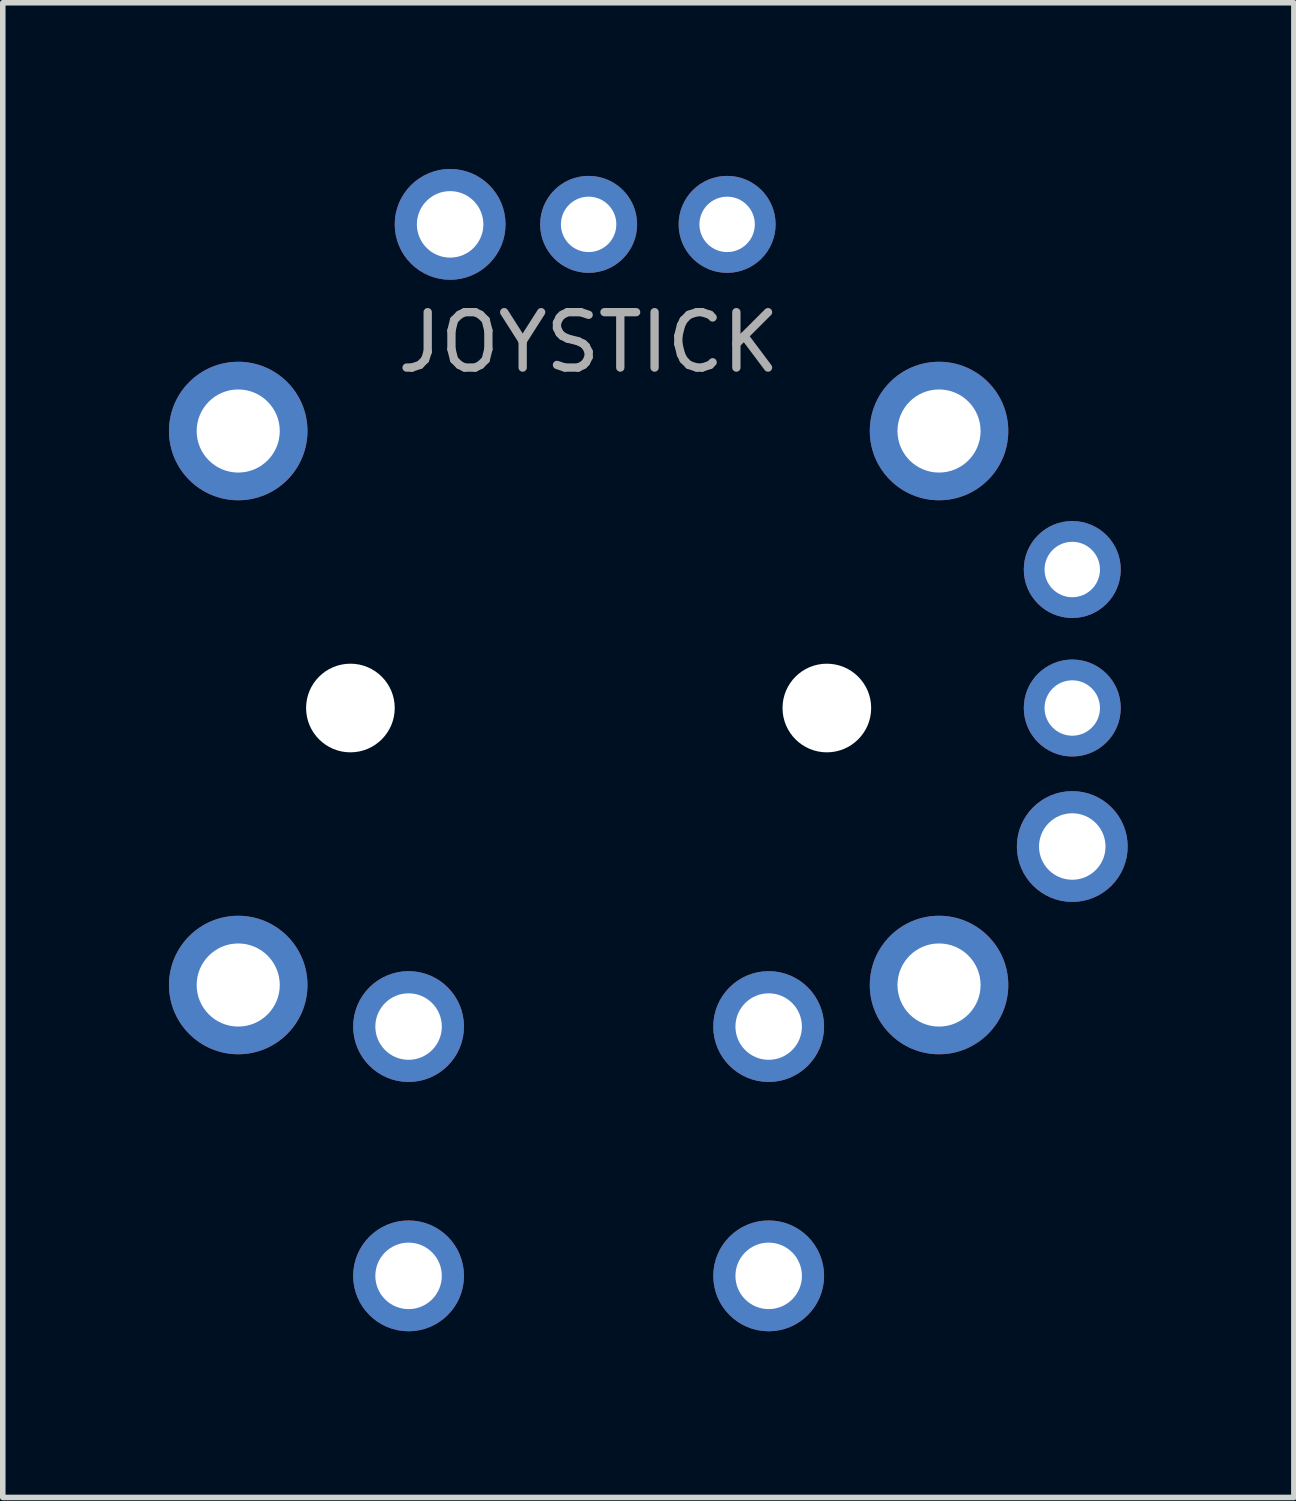
<source format=kicad_pcb>
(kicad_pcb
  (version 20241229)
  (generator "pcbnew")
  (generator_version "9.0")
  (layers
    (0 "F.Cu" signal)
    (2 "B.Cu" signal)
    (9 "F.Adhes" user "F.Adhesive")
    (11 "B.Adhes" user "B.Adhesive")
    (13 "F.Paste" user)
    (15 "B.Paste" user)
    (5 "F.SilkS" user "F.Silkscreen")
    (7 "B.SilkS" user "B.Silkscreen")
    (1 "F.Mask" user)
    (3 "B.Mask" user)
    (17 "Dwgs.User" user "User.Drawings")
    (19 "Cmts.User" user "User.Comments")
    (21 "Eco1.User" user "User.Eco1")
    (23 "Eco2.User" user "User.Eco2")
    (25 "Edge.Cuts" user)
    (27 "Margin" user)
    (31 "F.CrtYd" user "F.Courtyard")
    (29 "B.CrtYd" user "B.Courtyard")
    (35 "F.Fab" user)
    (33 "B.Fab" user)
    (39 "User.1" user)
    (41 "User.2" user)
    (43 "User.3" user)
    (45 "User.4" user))
  (footprint "JOYSTICK"
    (layer "F.Cu")
    (at 7.575 9.73)
    (property "Reference" "JOYSTICK" (at 0 -6.6 0) (layer "F.Fab") (effects (font (size 1 1) (thickness 0.15))))
    (pad "" thru_hole circle (at -6.325 -5) (size 2.5 2.5) (drill 1.5) (layers "*.Cu" "*.Mask"))
    (pad "" thru_hole circle (at -6.325 5) (size 2.5 2.5) (drill 1.5) (layers "*.Cu" "*.Mask"))
    (pad "" np_thru_hole circle (at -4.3 0) (size 1.6 1.6) (drill 1.6) (layers "*.Cu" "*.Mask"))
    (pad "" np_thru_hole circle (at 4.3 0) (size 1.6 1.6) (drill 1.6) (layers "*.Cu" "*.Mask"))
    (pad "" thru_hole circle (at 6.325 -5) (size 2.5 2.5) (drill 1.5) (layers "*.Cu" "*.Mask"))
    (pad "" thru_hole circle (at 6.325 5) (size 2.5 2.5) (drill 1.5) (layers "*.Cu" "*.Mask"))
    (pad "1" thru_hole circle (at 0 -8.73) (size 1.75 1.75) (drill 1) (layers "*.Cu" "*.Mask"))
    (pad "2" thru_hole circle (at 8.73 0) (size 1.75 1.75) (drill 1) (layers "*.Cu" "*.Mask"))
    (pad "3" thru_hole circle (at -3.25 10.25) (size 2 2) (drill 1.2) (layers "*.Cu" "*.Mask"))
    (pad "3" thru_hole circle (at 3.25 10.25) (size 2 2) (drill 1.2) (layers "*.Cu" "*.Mask"))
    (pad "4" thru_hole circle (at 2.5 -8.73) (size 1.75 1.75) (drill 1) (layers "*.Cu" "*.Mask"))
    (pad "4" thru_hole circle (at 8.73 -2.5) (size 1.75 1.75) (drill 1) (layers "*.Cu" "*.Mask"))
    (pad "5" thru_hole circle (at -3.25 5.75) (size 2 2) (drill 1.2) (layers "*.Cu" "*.Mask"))
    (pad "5" thru_hole circle (at -2.5 -8.73) (size 2 2) (drill 1.2) (layers "*.Cu" "*.Mask"))
    (pad "5" thru_hole circle (at 3.25 5.75) (size 2 2) (drill 1.2) (layers "*.Cu" "*.Mask"))
    (pad "5" thru_hole circle (at 8.73 2.5) (size 2 2) (drill 1.2) (layers "*.Cu" "*.Mask")))
  (gr_rect
    (start -3 -3)
    (end 20.305 23.98)
    (stroke (width 0.1) (type default))
    (fill no)
    (layer "Edge.Cuts")))
</source>
